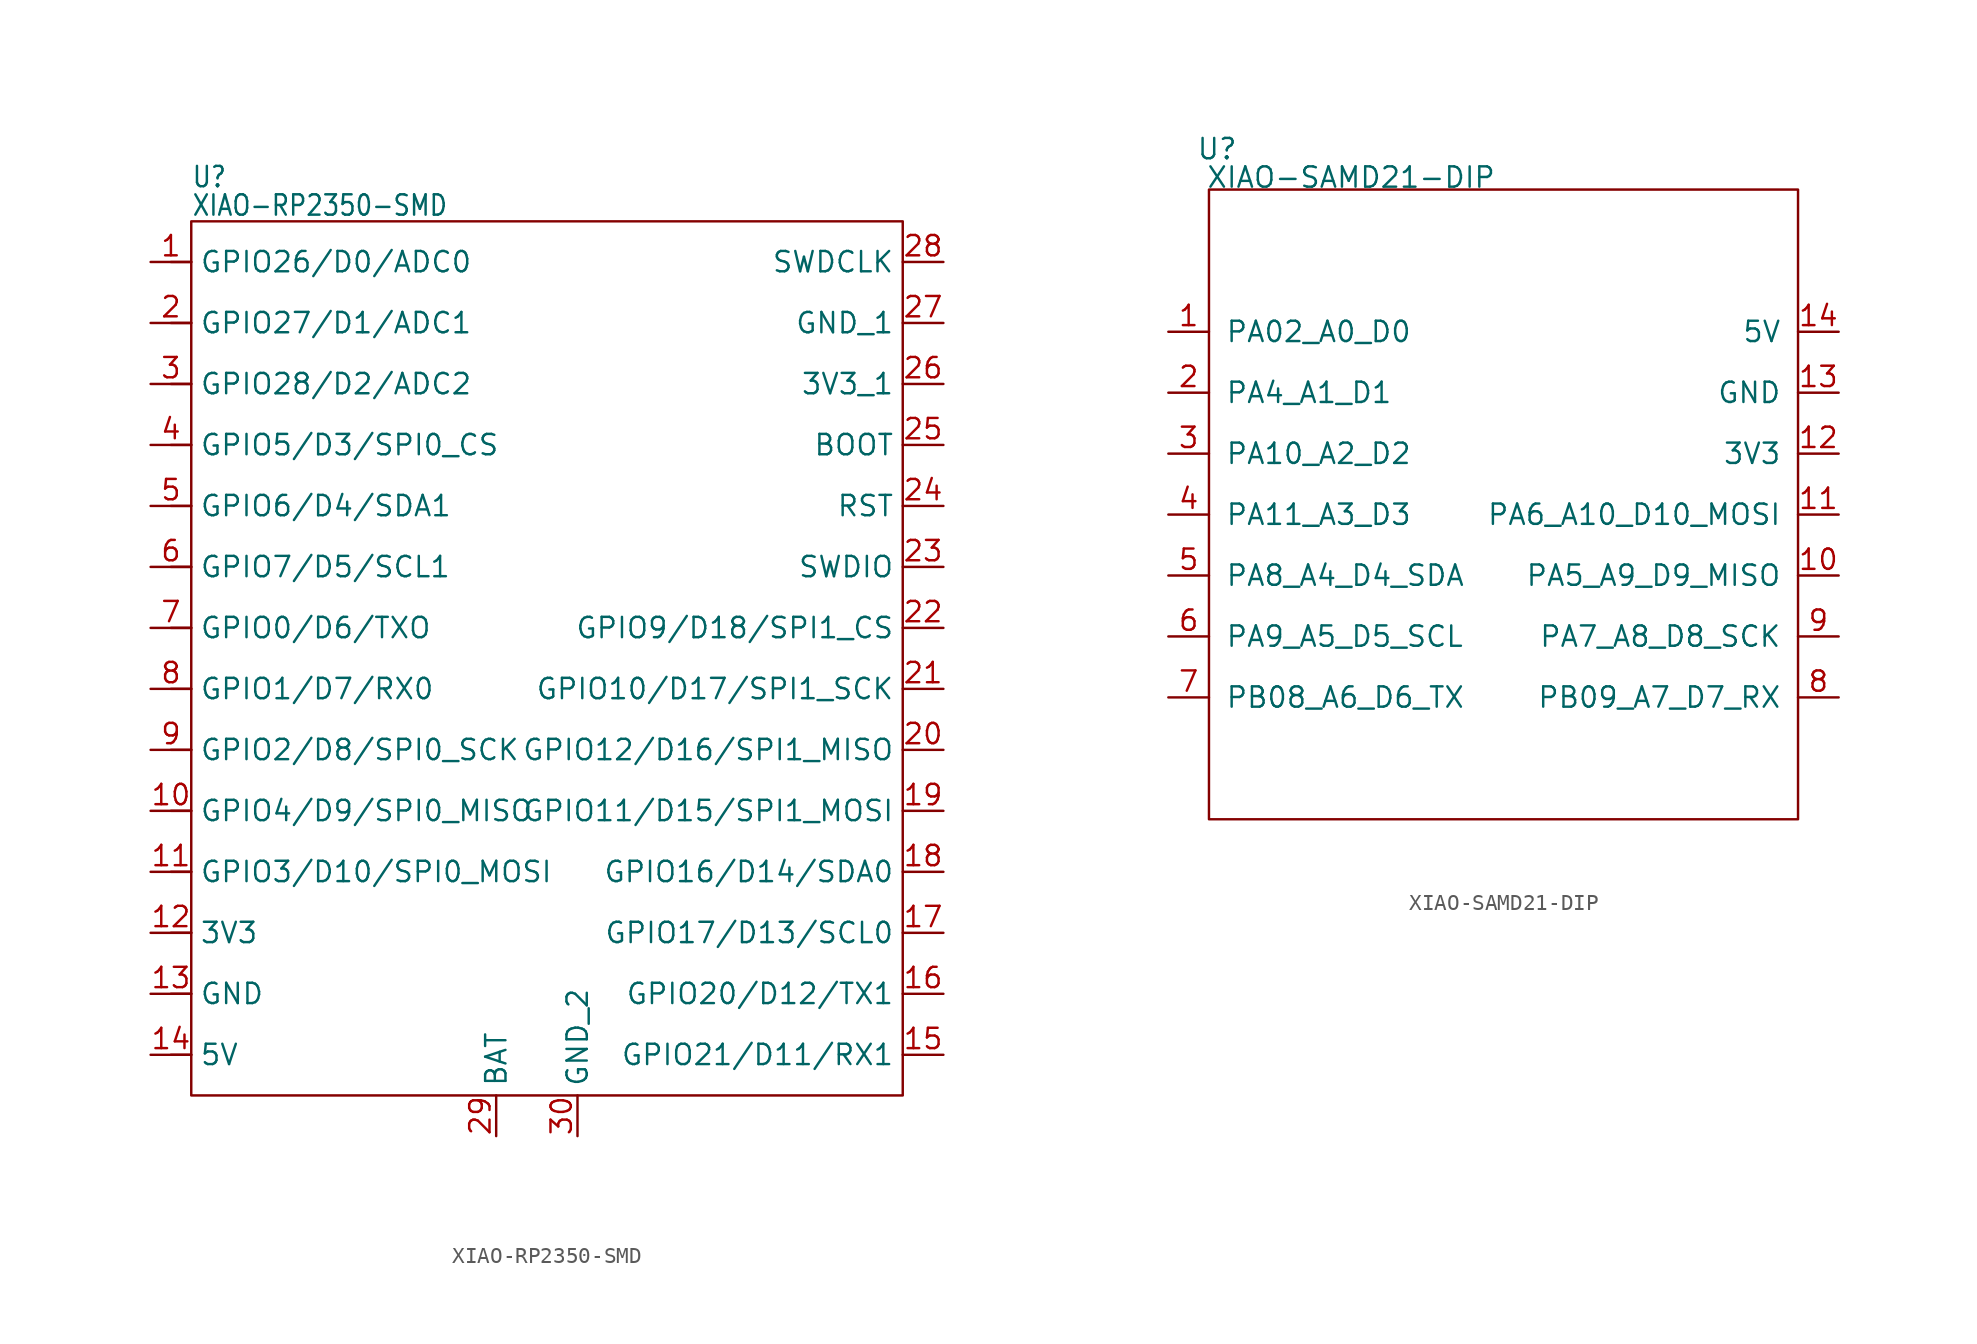
<source format=kicad_sym>
(kicad_symbol_lib
  (version 20231120)
  (generator "kicad_symbol_editor")
  (generator_version "8.0")
  (symbol "XIAO-RP2350-SMD"
    (property "Reference" "U"
      (at -21.59 27.432 0)
      (effects (font (size 1.27 1.079)) (justify left bottom)))
    (property "Value" "XIAO-RP2350-SMD"
      (at -21.59 25.654 0)
      (effects (font (size 1.27 1.079)) (justify left bottom)))
    (symbol "XIAO-RP2350-SMD_0_1"
      (rectangle (start -21.59 25.4) (end 22.86 -29.21) (stroke (width 0) (type default)) (fill (type none))))
    (symbol "XIAO-RP2350-SMD_1_0"
      (polyline (pts (xy -22.86 -26.67) (xy -21.59 -26.67)) (stroke (width 0.152) (type solid)) (fill (type none)))
      (polyline (pts (xy -22.86 -22.86) (xy -21.59 -22.86)) (stroke (width 0.152) (type solid)) (fill (type none)))
      (polyline (pts (xy -22.86 -19.05) (xy -21.59 -19.05)) (stroke (width 0.152) (type solid)) (fill (type none)))
      (polyline (pts (xy -22.86 -15.24) (xy -21.59 -15.24)) (stroke (width 0.152) (type solid)) (fill (type none)))
      (polyline (pts (xy -22.86 -11.43) (xy -21.59 -11.43)) (stroke (width 0.152) (type solid)) (fill (type none)))
      (polyline (pts (xy -22.86 -7.62) (xy -21.59 -7.62)) (stroke (width 0.152) (type solid)) (fill (type none)))
      (polyline (pts (xy -22.86 -3.81) (xy -21.59 -3.81)) (stroke (width 0.152) (type solid)) (fill (type none)))
      (polyline (pts (xy -21.59 0) (xy -22.86 0)) (stroke (width 0.152) (type solid)) (fill (type none)))
      (polyline (pts (xy -21.59 3.81) (xy -22.86 3.81)) (stroke (width 0.152) (type solid)) (fill (type none)))
      (polyline (pts (xy -21.59 7.62) (xy -22.86 7.62)) (stroke (width 0.152) (type solid)) (fill (type none)))
      (polyline (pts (xy -21.59 11.43) (xy -22.86 11.43)) (stroke (width 0.152) (type solid)) (fill (type none)))
      (polyline (pts (xy -21.59 15.24) (xy -22.86 15.24)) (stroke (width 0.152) (type solid)) (fill (type none)))
      (polyline (pts (xy -21.59 19.05) (xy -22.86 19.05)) (stroke (width 0.152) (type solid)) (fill (type none)))
      (polyline (pts (xy -21.59 22.86) (xy -22.86 22.86)) (stroke (width 0.152) (type solid)) (fill (type none)))
      (pin passive line (at -24.13 22.86 0) (length 2.54) (name "GPIO26/D0/ADC0" (effects (font (size 1.27 1.27)))) (number "1" (effects (font (size 1.27 1.27)))))
      (pin passive line (at -24.13 -11.43 0) (length 2.54) (name "GPIO4/D9/SPI0_MISO" (effects (font (size 1.27 1.27)))) (number "10" (effects (font (size 1.27 1.27)))))
      (pin passive line (at -24.13 -15.24 0) (length 2.54) (name "GPIO3/D10/SPI0_MOSI" (effects (font (size 1.27 1.27)))) (number "11" (effects (font (size 1.27 1.27)))))
      (pin passive line (at -24.13 -19.05 0) (length 2.54) (name "3V3" (effects (font (size 1.27 1.27)))) (number "12" (effects (font (size 1.27 1.27)))))
      (pin passive line (at -24.13 -22.86 0) (length 2.54) (name "GND" (effects (font (size 1.27 1.27)))) (number "13" (effects (font (size 1.27 1.27)))))
      (pin passive line (at -24.13 -26.67 0) (length 2.54) (name "5V" (effects (font (size 1.27 1.27)))) (number "14" (effects (font (size 1.27 1.27)))))
      (pin passive line (at -24.13 19.05 0) (length 2.54) (name "GPIO27/D1/ADC1" (effects (font (size 1.27 1.27)))) (number "2" (effects (font (size 1.27 1.27)))))
      (pin passive line (at -24.13 15.24 0) (length 2.54) (name "GPIO28/D2/ADC2" (effects (font (size 1.27 1.27)))) (number "3" (effects (font (size 1.27 1.27)))))
      (pin passive line (at -24.13 11.43 0) (length 2.54) (name "GPIO5/D3/SPI0_CS" (effects (font (size 1.27 1.27)))) (number "4" (effects (font (size 1.27 1.27)))))
      (pin passive line (at -24.13 7.62 0) (length 2.54) (name "GPIO6/D4/SDA1" (effects (font (size 1.27 1.27)))) (number "5" (effects (font (size 1.27 1.27)))))
      (pin passive line (at -24.13 3.81 0) (length 2.54) (name "GPIO7/D5/SCL1" (effects (font (size 1.27 1.27)))) (number "6" (effects (font (size 1.27 1.27)))))
      (pin passive line (at -24.13 0 0) (length 2.54) (name "GPIO0/D6/TXO" (effects (font (size 1.27 1.27)))) (number "7" (effects (font (size 1.27 1.27)))))
      (pin passive line (at -24.13 -3.81 0) (length 2.54) (name "GPIO1/D7/RX0" (effects (font (size 1.27 1.27)))) (number "8" (effects (font (size 1.27 1.27)))))
      (pin passive line (at -24.13 -7.62 0) (length 2.54) (name "GPIO2/D8/SPI0_SCK" (effects (font (size 1.27 1.27)))) (number "9" (effects (font (size 1.27 1.27))))))
    (symbol "XIAO-RP2350-SMD_1_1"
      (pin passive line (at 25.4 -26.67 180) (length 2.54) (name "GPIO21/D11/RX1" (effects (font (size 1.27 1.27)))) (number "15" (effects (font (size 1.27 1.27)))))
      (pin passive line (at 25.4 -22.86 180) (length 2.54) (name "GPIO20/D12/TX1" (effects (font (size 1.27 1.27)))) (number "16" (effects (font (size 1.27 1.27)))))
      (pin passive line (at 25.4 -19.05 180) (length 2.54) (name "GPIO17/D13/SCL0" (effects (font (size 1.27 1.27)))) (number "17" (effects (font (size 1.27 1.27)))))
      (pin passive line (at 25.4 -15.24 180) (length 2.54) (name "GPIO16/D14/SDA0" (effects (font (size 1.27 1.27)))) (number "18" (effects (font (size 1.27 1.27)))))
      (pin passive line (at 25.4 -11.43 180) (length 2.54) (name "GPIO11/D15/SPI1_MOSI" (effects (font (size 1.27 1.27)))) (number "19" (effects (font (size 1.27 1.27)))))
      (pin passive line (at 25.4 -7.62 180) (length 2.54) (name "GPIO12/D16/SPI1_MISO" (effects (font (size 1.27 1.27)))) (number "20" (effects (font (size 1.27 1.27)))))
      (pin passive line (at 25.4 -3.81 180) (length 2.54) (name "GPIO10/D17/SPI1_SCK" (effects (font (size 1.27 1.27)))) (number "21" (effects (font (size 1.27 1.27)))))
      (pin passive line (at 25.4 0 180) (length 2.54) (name "GPIO9/D18/SPI1_CS" (effects (font (size 1.27 1.27)))) (number "22" (effects (font (size 1.27 1.27)))))
      (pin passive line (at 25.4 3.81 180) (length 2.54) (name "SWDIO" (effects (font (size 1.27 1.27)))) (number "23" (effects (font (size 1.27 1.27)))))
      (pin passive line (at 25.4 7.62 180) (length 2.54) (name "RST" (effects (font (size 1.27 1.27)))) (number "24" (effects (font (size 1.27 1.27)))))
      (pin passive line (at 25.4 11.43 180) (length 2.54) (name "BOOT" (effects (font (size 1.27 1.27)))) (number "25" (effects (font (size 1.27 1.27)))))
      (pin passive line (at 25.4 15.24 180) (length 2.54) (name "3V3_1" (effects (font (size 1.27 1.27)))) (number "26" (effects (font (size 1.27 1.27)))))
      (pin passive line (at 25.4 19.05 180) (length 2.54) (name "GND_1" (effects (font (size 1.27 1.27)))) (number "27" (effects (font (size 1.27 1.27)))))
      (pin passive line (at 25.4 22.86 180) (length 2.54) (name "SWDCLK" (effects (font (size 1.27 1.27)))) (number "28" (effects (font (size 1.27 1.27)))))
      (pin passive line (at -2.54 -31.75 90) (length 2.54) (name "BAT" (effects (font (size 1.27 1.27)))) (number "29" (effects (font (size 1.27 1.27)))))
      (pin passive line (at 2.54 -31.75 90) (length 2.54) (name "GND_2" (effects (font (size 1.27 1.27)))) (number "30" (effects (font (size 1.27 1.27)))))))
  (symbol "XIAO-SAMD21-DIP"
    (pin_names
      (offset 1.016))
    (property "Reference" "U"
      (at -18.542 22.86 0)
      (effects (font (size 1.27 1.27))))
    (property "Value" "XIAO-SAMD21-DIP"
      (at -10.16 21.082 0)
      (effects (font (size 1.27 1.27))))
    (symbol "XIAO-SAMD21-DIP_0_1"
      (rectangle (start -19.05 20.32) (end 17.78 -19.05) (stroke (width 0) (type default)) (fill (type none))))
    (symbol "XIAO-SAMD21-DIP_1_1"
      (pin passive line (at -21.59 11.43 0) (length 2.54) (name "PA02_A0_D0" (effects (font (size 1.27 1.27)))) (number "1" (effects (font (size 1.27 1.27)))))
      (pin passive line (at 20.32 -3.81 180) (length 2.54) (name "PA5_A9_D9_MISO" (effects (font (size 1.27 1.27)))) (number "10" (effects (font (size 1.27 1.27)))))
      (pin passive line (at 20.32 0 180) (length 2.54) (name "PA6_A10_D10_MOSI" (effects (font (size 1.27 1.27)))) (number "11" (effects (font (size 1.27 1.27)))))
      (pin passive line (at 20.32 3.81 180) (length 2.54) (name "3V3" (effects (font (size 1.27 1.27)))) (number "12" (effects (font (size 1.27 1.27)))))
      (pin passive line (at 20.32 7.62 180) (length 2.54) (name "GND" (effects (font (size 1.27 1.27)))) (number "13" (effects (font (size 1.27 1.27)))))
      (pin passive line (at 20.32 11.43 180) (length 2.54) (name "5V" (effects (font (size 1.27 1.27)))) (number "14" (effects (font (size 1.27 1.27)))))
      (pin passive line (at -21.59 7.62 0) (length 2.54) (name "PA4_A1_D1" (effects (font (size 1.27 1.27)))) (number "2" (effects (font (size 1.27 1.27)))))
      (pin passive line (at -21.59 3.81 0) (length 2.54) (name "PA10_A2_D2" (effects (font (size 1.27 1.27)))) (number "3" (effects (font (size 1.27 1.27)))))
      (pin passive line (at -21.59 0 0) (length 2.54) (name "PA11_A3_D3" (effects (font (size 1.27 1.27)))) (number "4" (effects (font (size 1.27 1.27)))))
      (pin passive line (at -21.59 -3.81 0) (length 2.54) (name "PA8_A4_D4_SDA" (effects (font (size 1.27 1.27)))) (number "5" (effects (font (size 1.27 1.27)))))
      (pin passive line (at -21.59 -7.62 0) (length 2.54) (name "PA9_A5_D5_SCL" (effects (font (size 1.27 1.27)))) (number "6" (effects (font (size 1.27 1.27)))))
      (pin passive line (at -21.59 -11.43 0) (length 2.54) (name "PB08_A6_D6_TX" (effects (font (size 1.27 1.27)))) (number "7" (effects (font (size 1.27 1.27)))))
      (pin passive line (at 20.32 -11.43 180) (length 2.54) (name "PB09_A7_D7_RX" (effects (font (size 1.27 1.27)))) (number "8" (effects (font (size 1.27 1.27)))))
      (pin passive line (at 20.32 -7.62 180) (length 2.54) (name "PA7_A8_D8_SCK" (effects (font (size 1.27 1.27)))) (number "9" (effects (font (size 1.27 1.27))))))))
</source>
